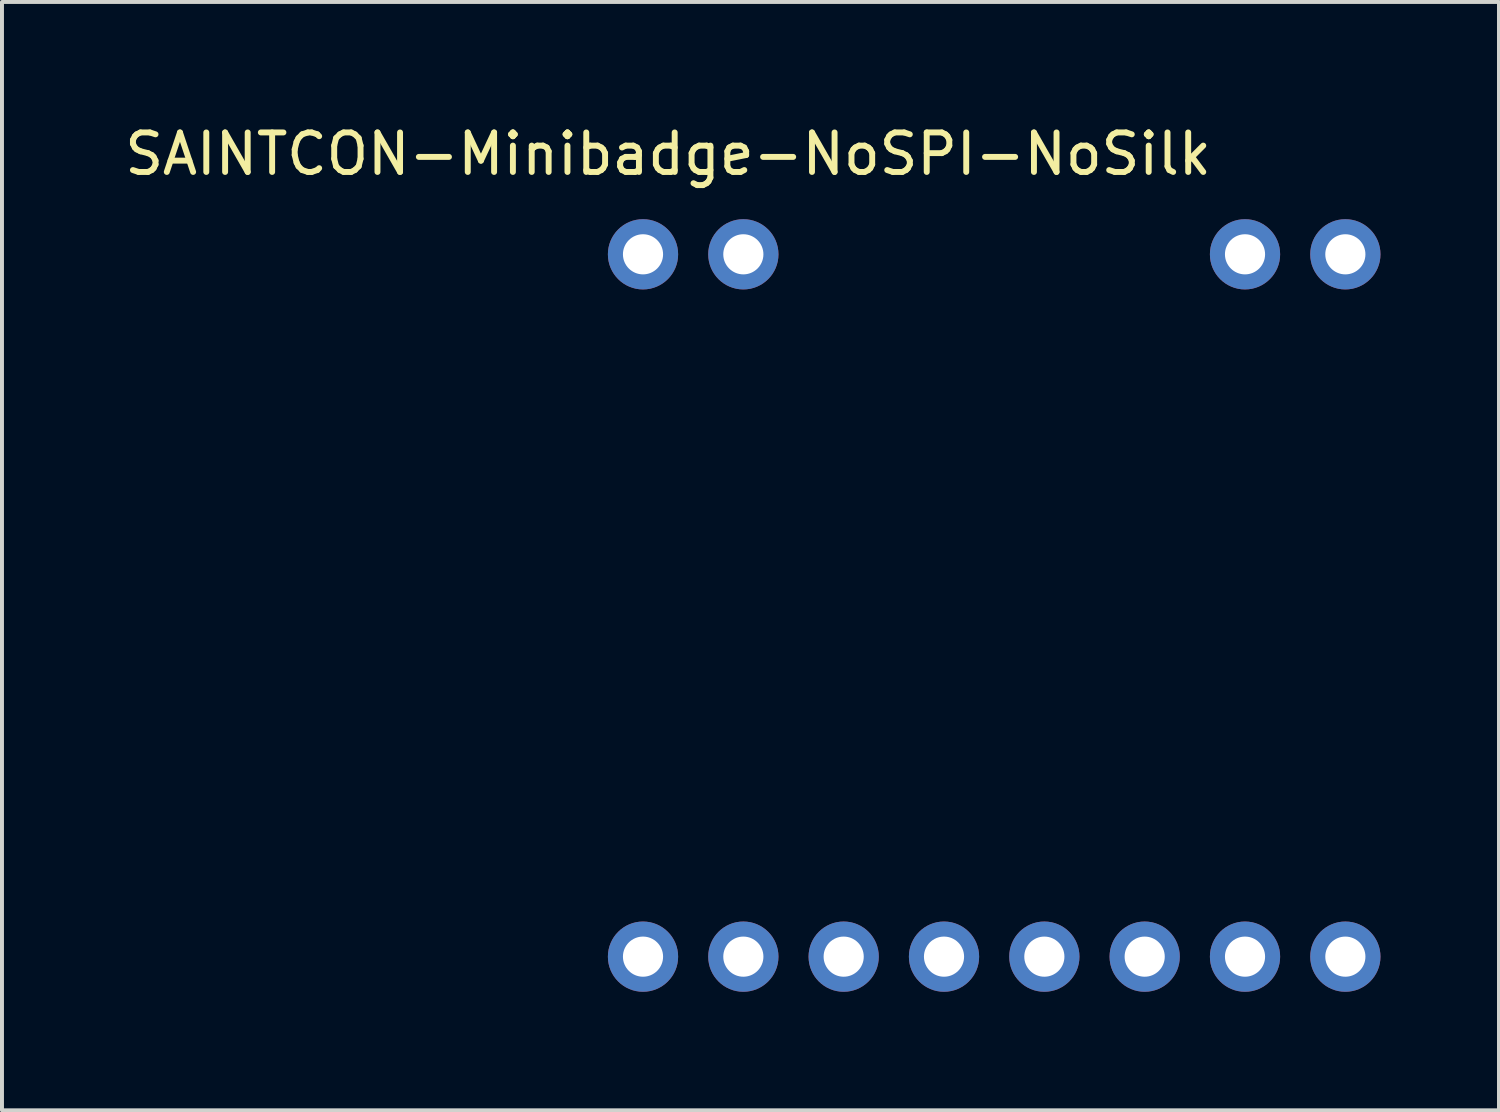
<source format=kicad_pcb>
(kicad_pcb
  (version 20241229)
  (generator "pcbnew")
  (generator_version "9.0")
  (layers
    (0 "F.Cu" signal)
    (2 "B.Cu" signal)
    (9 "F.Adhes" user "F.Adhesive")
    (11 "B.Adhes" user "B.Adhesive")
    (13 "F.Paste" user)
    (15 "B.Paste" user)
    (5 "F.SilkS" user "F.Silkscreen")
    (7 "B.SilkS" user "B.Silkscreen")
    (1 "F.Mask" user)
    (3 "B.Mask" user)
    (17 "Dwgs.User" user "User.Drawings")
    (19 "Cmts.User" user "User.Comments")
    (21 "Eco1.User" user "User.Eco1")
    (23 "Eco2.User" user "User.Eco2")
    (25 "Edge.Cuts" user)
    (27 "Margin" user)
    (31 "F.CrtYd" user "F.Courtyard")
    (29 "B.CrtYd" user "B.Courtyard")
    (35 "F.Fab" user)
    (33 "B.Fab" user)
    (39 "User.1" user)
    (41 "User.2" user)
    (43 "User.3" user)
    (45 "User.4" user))
  (footprint "SAINTCON-Minibadge-NoSPI-NoSilk"
    (layer "F.Cu")
    (at 11.958 2.118)
    (property "Reference" "SAINTCON-Minibadge-NoSPI-NoSilk" (at 1.905 -1.27 0) (layer "F.SilkS") (effects (font (size 1 1) (thickness 0.15))))
    (attr through_hole)
    (pad "1" thru_hole circle (at 1.27 1.27 90) (size 1.778 1.778) (drill 1.016) (layers "*.Cu" "*.Mask"))
    (pad "2" thru_hole circle (at 3.81 1.27 90) (size 1.778 1.778) (drill 1.016) (layers "*.Cu" "*.Mask"))
    (pad "7" thru_hole circle (at 16.51 1.27 90) (size 1.778 1.778) (drill 1.016) (layers "*.Cu" "*.Mask"))
    (pad "8" thru_hole circle (at 19.05 1.27 90) (size 1.778 1.778) (drill 1.016) (layers "*.Cu" "*.Mask"))
    (pad "9" thru_hole circle (at 1.27 19.05 90) (size 1.778 1.778) (drill 1.016) (layers "*.Cu" "*.Mask"))
    (pad "10" thru_hole circle (at 3.81 19.05 90) (size 1.778 1.778) (drill 1.016) (layers "*.Cu" "*.Mask"))
    (pad "11" thru_hole circle (at 6.35 19.05 90) (size 1.778 1.778) (drill 1.016) (layers "*.Cu" "*.Mask"))
    (pad "12" thru_hole circle (at 8.89 19.05 90) (size 1.778 1.778) (drill 1.016) (layers "*.Cu" "*.Mask"))
    (pad "13" thru_hole circle (at 11.43 19.05 90) (size 1.778 1.778) (drill 1.016) (layers "*.Cu" "*.Mask"))
    (pad "14" thru_hole circle (at 13.97 19.05 90) (size 1.778 1.778) (drill 1.016) (layers "*.Cu" "*.Mask"))
    (pad "15" thru_hole circle (at 16.51 19.05 90) (size 1.778 1.778) (drill 1.016) (layers "*.Cu" "*.Mask"))
    (pad "16" thru_hole circle (at 19.05 19.05 90) (size 1.778 1.778) (drill 1.016) (layers "*.Cu" "*.Mask")))
  (gr_rect
    (start -3 -3)
    (end 34.897 25.057)
    (stroke (width 0.1) (type default))
    (fill no)
    (layer "Edge.Cuts")))
</source>
